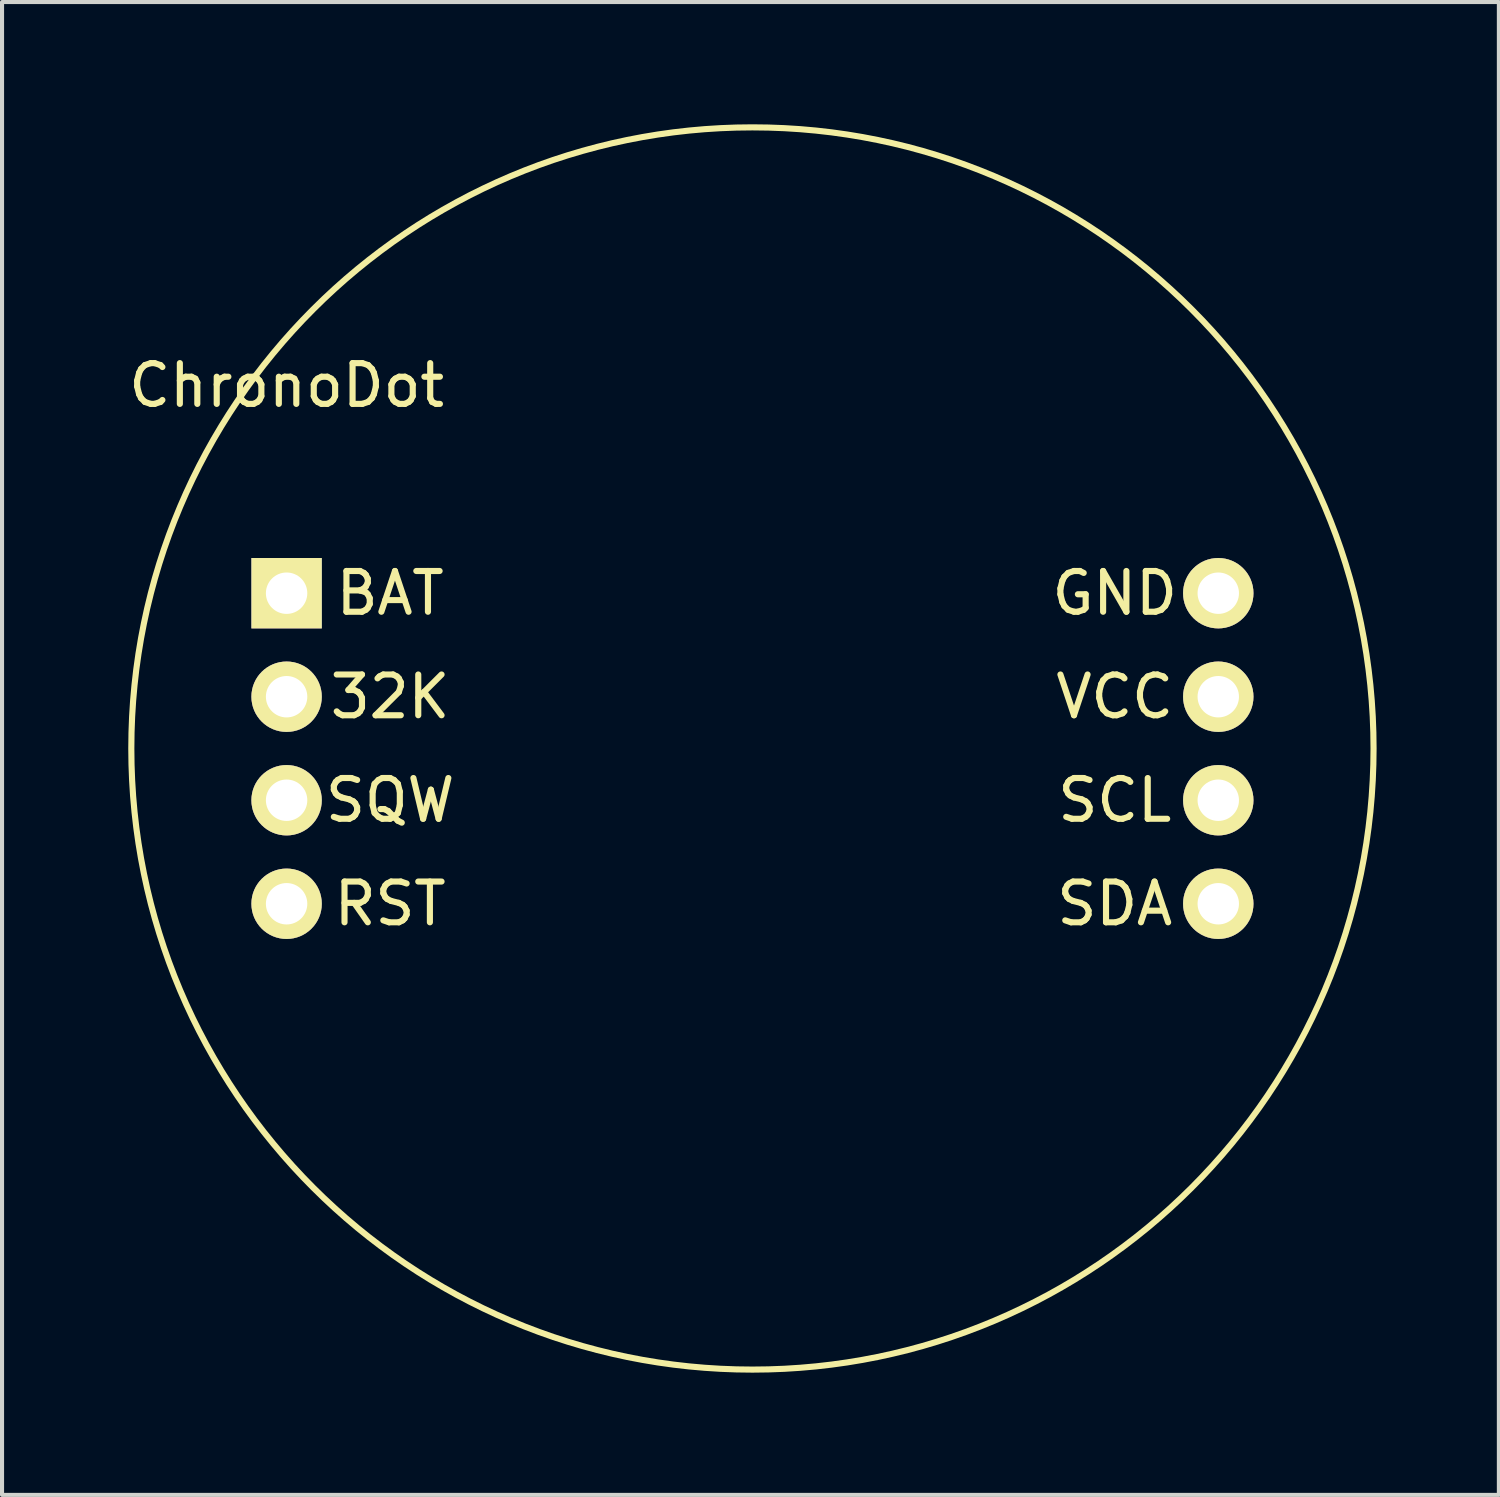
<source format=kicad_pcb>
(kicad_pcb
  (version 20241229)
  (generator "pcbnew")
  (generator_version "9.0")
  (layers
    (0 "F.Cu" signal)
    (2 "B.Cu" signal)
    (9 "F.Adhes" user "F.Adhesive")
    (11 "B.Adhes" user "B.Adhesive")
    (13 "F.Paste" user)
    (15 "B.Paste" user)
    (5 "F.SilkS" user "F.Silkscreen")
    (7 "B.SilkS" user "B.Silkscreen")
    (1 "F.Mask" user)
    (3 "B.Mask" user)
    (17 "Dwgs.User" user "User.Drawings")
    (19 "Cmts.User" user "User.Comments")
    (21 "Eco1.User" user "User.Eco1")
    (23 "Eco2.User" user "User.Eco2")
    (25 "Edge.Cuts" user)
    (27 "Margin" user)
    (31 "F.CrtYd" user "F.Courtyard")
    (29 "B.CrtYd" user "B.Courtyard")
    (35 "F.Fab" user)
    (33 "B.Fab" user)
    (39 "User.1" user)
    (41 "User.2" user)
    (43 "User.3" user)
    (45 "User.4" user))
  (footprint "ChronoDot"
    (layer "F.Cu")
    (at 3.982 11.505)
    (property "Reference" "ChronoDot" (at 0 -5.1 0) (layer "F.SilkS") (effects (font (size 1 1) (thickness 0.15))))
    (attr through_hole)
    (fp_circle (center 11.43 3.81) (end -3.81 3.81) (stroke (width 0.15) (type solid)) (fill no) (layer "F.SilkS"))
    (fp_text user "GND" (at 20.32 0 0) (layer "F.SilkS") (effects (font (size 1 1) (thickness 0.15))))
    (fp_text user "SQW" (at 2.54 5.08 0) (layer "F.SilkS") (effects (font (size 1 1) (thickness 0.15))))
    (fp_text user "SDA" (at 20.32 7.62 0) (layer "F.SilkS") (effects (font (size 1 1) (thickness 0.15))))
    (fp_text user "BAT" (at 2.54 0 0) (layer "F.SilkS") (effects (font (size 1 1) (thickness 0.15))))
    (fp_text user "RST" (at 2.54 7.62 0) (layer "F.SilkS") (effects (font (size 1 1) (thickness 0.15))))
    (fp_text user "VCC" (at 20.32 2.54 0) (layer "F.SilkS") (effects (font (size 1 1) (thickness 0.15))))
    (fp_text user "SCL" (at 20.32 5.08 0) (layer "F.SilkS") (effects (font (size 1 1) (thickness 0.15))))
    (fp_text user "32K" (at 2.54 2.54 0) (layer "F.SilkS") (effects (font (size 1 1) (thickness 0.15))))
    (pad "1" thru_hole rect (at 0 0) (size 1.727 1.727) (drill 1.016) (layers "*.Cu" "*.Mask" "F.SilkS"))
    (pad "2" thru_hole oval (at 0 2.54) (size 1.727 1.727) (drill 1.016) (layers "*.Cu" "*.Mask" "F.SilkS"))
    (pad "3" thru_hole oval (at 0 5.08) (size 1.727 1.727) (drill 1.016) (layers "*.Cu" "*.Mask" "F.SilkS"))
    (pad "4" thru_hole oval (at 0 7.62) (size 1.727 1.727) (drill 1.016) (layers "*.Cu" "*.Mask" "F.SilkS"))
    (pad "5" thru_hole oval (at 22.86 0) (size 1.727 1.727) (drill 1.016) (layers "*.Cu" "*.Mask" "F.SilkS"))
    (pad "6" thru_hole oval (at 22.86 2.54) (size 1.727 1.727) (drill 1.016) (layers "*.Cu" "*.Mask" "F.SilkS"))
    (pad "7" thru_hole oval (at 22.86 5.08) (size 1.727 1.727) (drill 1.016) (layers "*.Cu" "*.Mask" "F.SilkS"))
    (pad "8" thru_hole oval (at 22.86 7.62) (size 1.727 1.727) (drill 1.016) (layers "*.Cu" "*.Mask" "F.SilkS")))
  (gr_rect
    (start -3 -3)
    (end 33.727 33.63)
    (stroke (width 0.1) (type default))
    (fill no)
    (layer "Edge.Cuts")))
</source>
